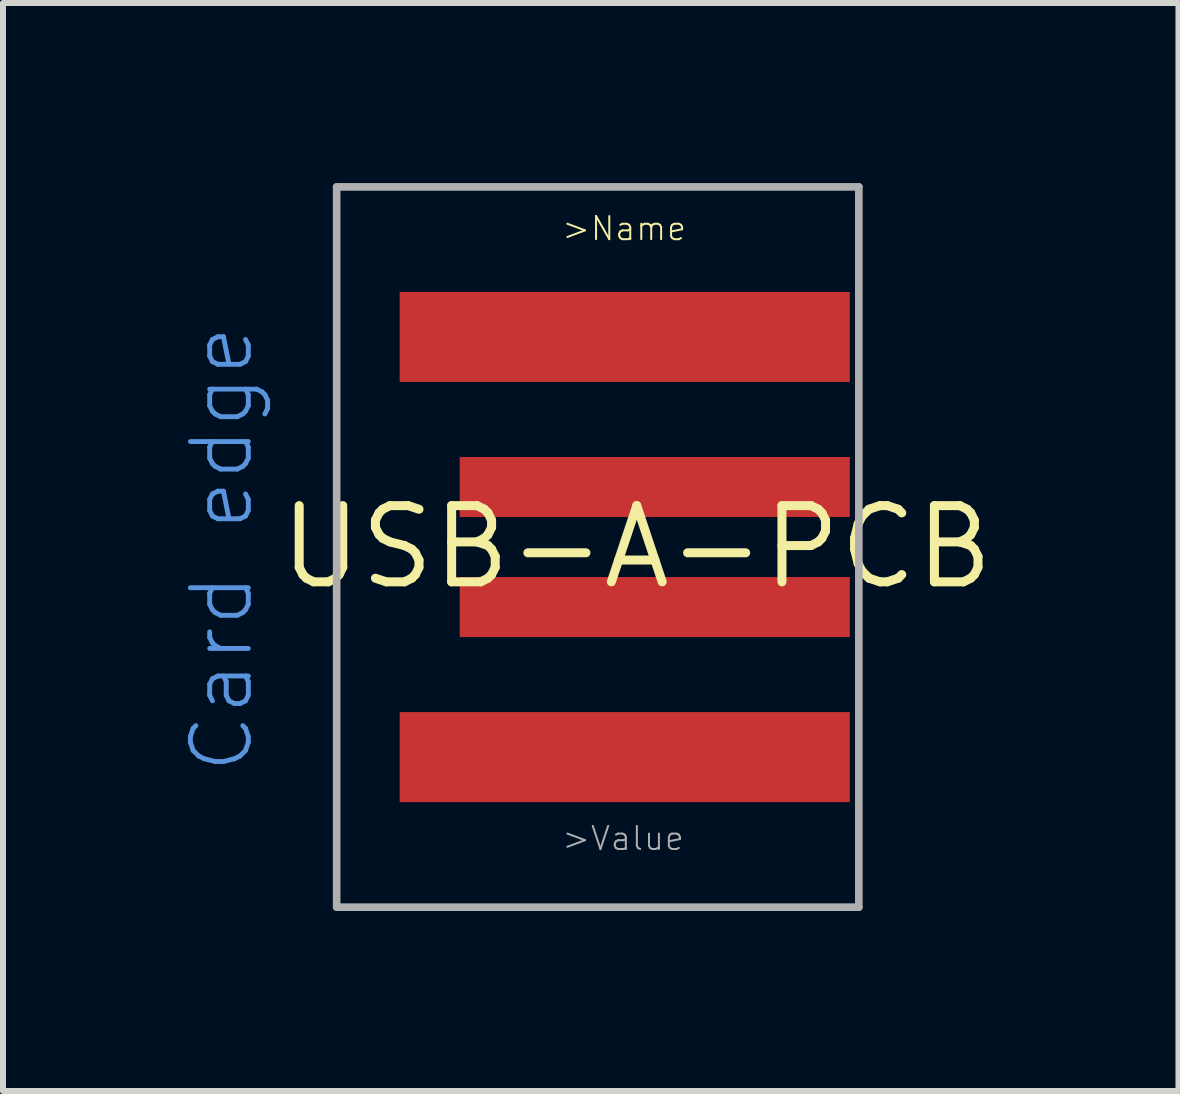
<source format=kicad_pcb>
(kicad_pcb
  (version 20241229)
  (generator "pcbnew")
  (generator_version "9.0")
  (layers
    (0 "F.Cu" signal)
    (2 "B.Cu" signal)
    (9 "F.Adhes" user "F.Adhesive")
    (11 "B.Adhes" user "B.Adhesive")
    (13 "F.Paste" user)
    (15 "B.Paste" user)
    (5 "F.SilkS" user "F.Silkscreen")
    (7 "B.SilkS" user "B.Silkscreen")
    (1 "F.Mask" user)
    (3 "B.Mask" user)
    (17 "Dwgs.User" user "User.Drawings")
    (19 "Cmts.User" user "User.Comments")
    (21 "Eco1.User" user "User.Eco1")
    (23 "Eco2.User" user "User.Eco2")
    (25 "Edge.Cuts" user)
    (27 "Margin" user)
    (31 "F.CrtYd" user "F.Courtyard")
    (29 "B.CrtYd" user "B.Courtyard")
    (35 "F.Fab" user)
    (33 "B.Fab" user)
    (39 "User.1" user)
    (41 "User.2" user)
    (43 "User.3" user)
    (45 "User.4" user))
  (footprint "USB-A-PCB"
    (layer "F.Cu")
    (at 7.559 6.064)
    (property "Reference" "USB-A-PCB" (at 0 0 0) (layer "F.SilkS") (effects (font (size 1.27 1.27) (thickness 0.15))))
    (attr through_hole)
    (fp_line (start -5 -6) (end 3.7 -6) (stroke (width 0.127) (type solid)) (layer "F.Fab"))
    (fp_line (start -5 6) (end -5 -6) (stroke (width 0.127) (type solid)) (layer "F.Fab"))
    (fp_line (start 3.7 -6) (end 3.7 6) (stroke (width 0.127) (type solid)) (layer "F.Fab"))
    (fp_line (start 3.7 6) (end -5 6) (stroke (width 0.127) (type solid)) (layer "F.Fab"))
    (fp_text user ">Name" (at -1.27 -5.08 0) (layer "F.SilkS") (effects (font (size 0.386 0.386) (thickness 0.033)) (justify left bottom)))
    (fp_text user "Card edge" (at -6.35 3.81 90) (layer "Cmts.User") (effects (font (size 0.965 0.965) (thickness 0.081)) (justify left bottom)))
    (fp_text user ">Value" (at -1.27 5.08 0) (layer "F.Fab") (effects (font (size 0.386 0.386) (thickness 0.033)) (justify left bottom)))
    (pad "5V" smd rect (at -0.2 3.5) (size 7.5 1.5) (layers "F.Cu" "F.Mask" "F.Paste"))
    (pad "GND" smd rect (at -0.2 -3.5) (size 7.5 1.5) (layers "F.Cu" "F.Mask" "F.Paste"))
    (pad "USB_M" smd rect (at 0.3 1) (size 6.5 1) (layers "F.Cu" "F.Mask" "F.Paste"))
    (pad "USB_P" smd rect (at 0.3 -1) (size 6.5 1) (layers "F.Cu" "F.Mask" "F.Paste")))
  (gr_rect
    (start -3 -3)
    (end 16.584 15.127)
    (stroke (width 0.1) (type default))
    (fill no)
    (layer "Edge.Cuts")))
</source>
